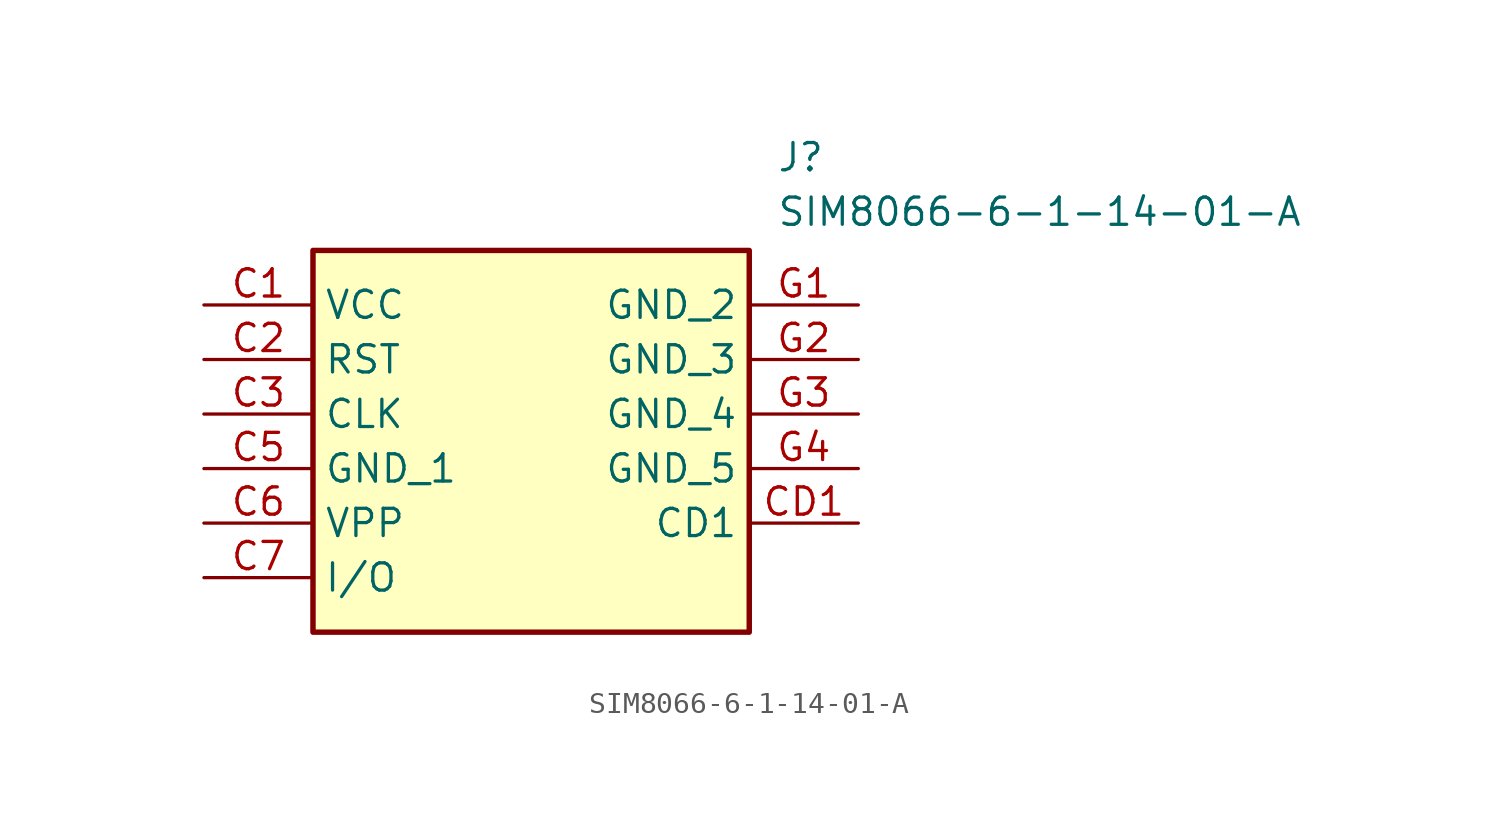
<source format=kicad_sym>
(kicad_symbol_lib
  (version 20220914)
  (generator kicad_symbol_editor)
  (symbol "SIM8066-6-1-14-01-A"
    (property "Reference" "J"
      (at 26.67 7.62 0)
      (effects (font (size 1.27 1.27)) (justify left top)))
    (property "Value" "SIM8066-6-1-14-01-A"
      (at 26.67 5.08 0)
      (effects (font (size 1.27 1.27)) (justify left top)))
    (symbol "SIM8066-6-1-14-01-A_1_1"
      (rectangle (start 5.08 2.54) (end 25.4 -15.24) (stroke (width 0.254) (type default)) (fill (type background)))
      (pin passive line (at 0 0 0) (length 5.08) (name "VCC" (effects (font (size 1.27 1.27)))) (number "C1" (effects (font (size 1.27 1.27)))))
      (pin passive line (at 0 -2.54 0) (length 5.08) (name "RST" (effects (font (size 1.27 1.27)))) (number "C2" (effects (font (size 1.27 1.27)))))
      (pin passive line (at 0 -5.08 0) (length 5.08) (name "CLK" (effects (font (size 1.27 1.27)))) (number "C3" (effects (font (size 1.27 1.27)))))
      (pin passive line (at 0 -7.62 0) (length 5.08) (name "GND_1" (effects (font (size 1.27 1.27)))) (number "C5" (effects (font (size 1.27 1.27)))))
      (pin passive line (at 0 -10.16 0) (length 5.08) (name "VPP" (effects (font (size 1.27 1.27)))) (number "C6" (effects (font (size 1.27 1.27)))))
      (pin passive line (at 0 -12.7 0) (length 5.08) (name "I/O" (effects (font (size 1.27 1.27)))) (number "C7" (effects (font (size 1.27 1.27)))))
      (pin passive line (at 30.48 -10.16 180) (length 5.08) (name "CD1" (effects (font (size 1.27 1.27)))) (number "CD1" (effects (font (size 1.27 1.27)))))
      (pin passive line (at 30.48 0 180) (length 5.08) (name "GND_2" (effects (font (size 1.27 1.27)))) (number "G1" (effects (font (size 1.27 1.27)))))
      (pin passive line (at 30.48 -2.54 180) (length 5.08) (name "GND_3" (effects (font (size 1.27 1.27)))) (number "G2" (effects (font (size 1.27 1.27)))))
      (pin passive line (at 30.48 -5.08 180) (length 5.08) (name "GND_4" (effects (font (size 1.27 1.27)))) (number "G3" (effects (font (size 1.27 1.27)))))
      (pin passive line (at 30.48 -7.62 180) (length 5.08) (name "GND_5" (effects (font (size 1.27 1.27)))) (number "G4" (effects (font (size 1.27 1.27))))))))
</source>
